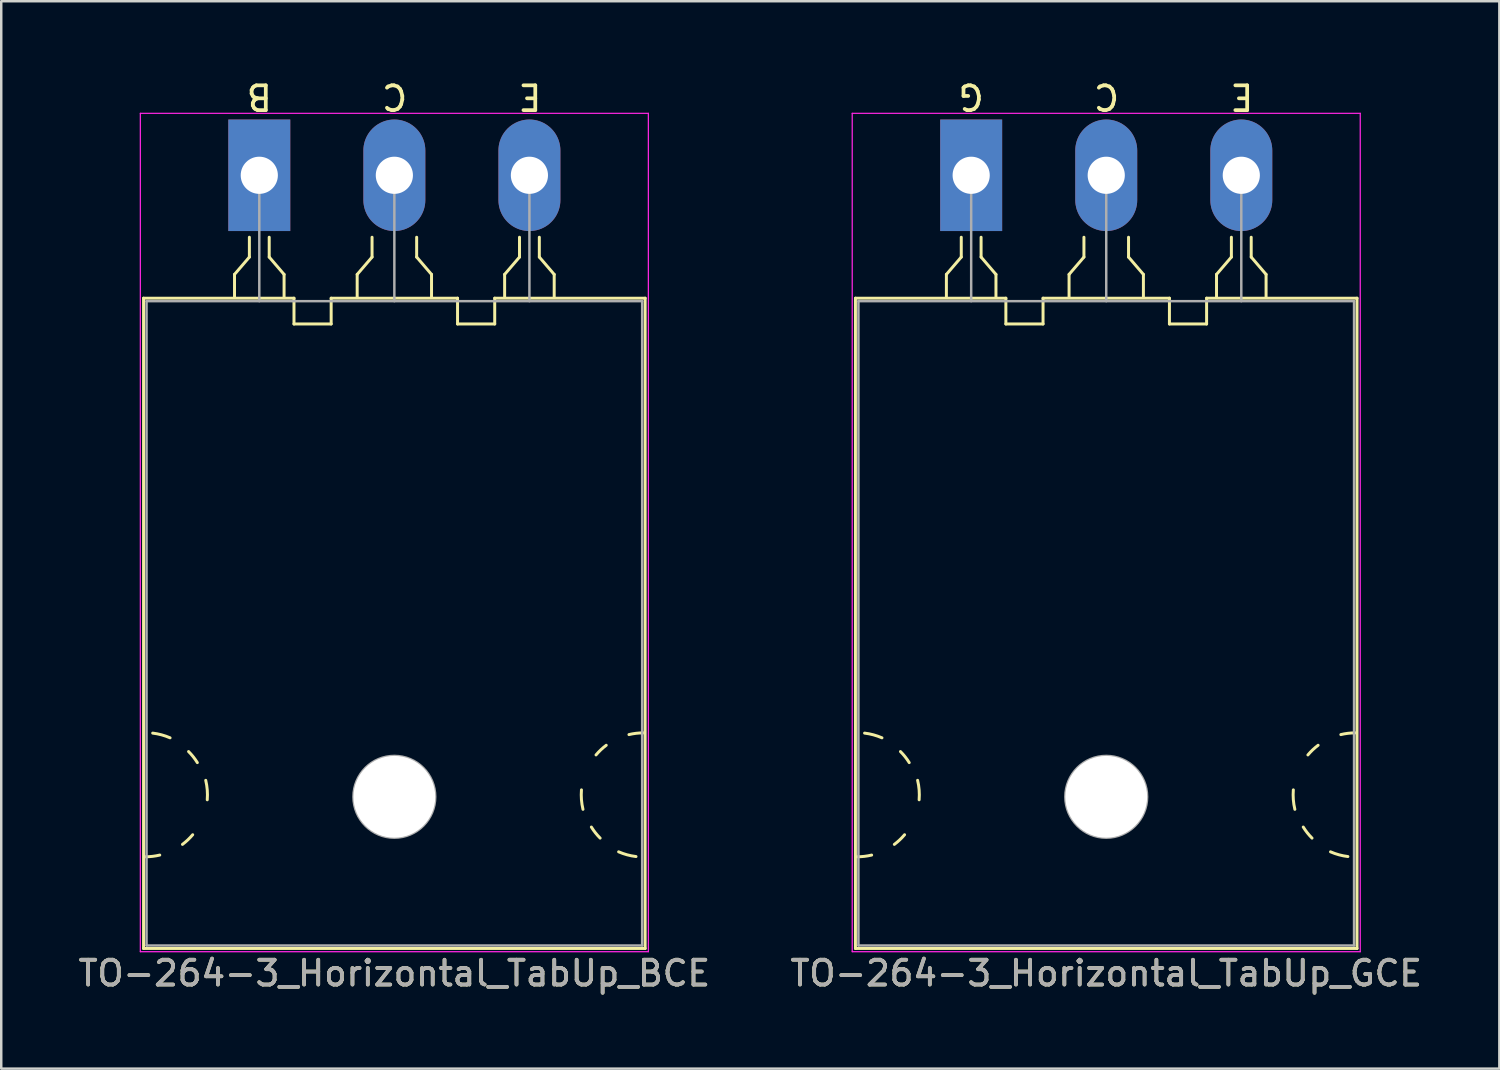
<source format=kicad_pcb>
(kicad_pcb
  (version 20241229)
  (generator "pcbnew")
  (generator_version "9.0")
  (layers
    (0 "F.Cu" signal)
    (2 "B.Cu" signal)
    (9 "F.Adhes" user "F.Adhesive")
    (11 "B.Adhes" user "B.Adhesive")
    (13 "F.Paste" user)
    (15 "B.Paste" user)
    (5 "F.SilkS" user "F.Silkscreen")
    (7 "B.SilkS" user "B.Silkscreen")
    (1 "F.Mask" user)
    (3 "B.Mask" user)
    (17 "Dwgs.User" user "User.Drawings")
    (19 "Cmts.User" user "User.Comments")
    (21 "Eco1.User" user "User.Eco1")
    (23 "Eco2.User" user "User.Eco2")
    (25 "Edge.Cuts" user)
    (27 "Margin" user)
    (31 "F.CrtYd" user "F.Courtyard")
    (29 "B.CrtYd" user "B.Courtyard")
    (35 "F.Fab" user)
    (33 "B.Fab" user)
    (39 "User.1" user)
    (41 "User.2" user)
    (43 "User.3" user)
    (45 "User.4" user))
  (footprint "TO-264-3_Horizontal_TabUp_GCE"
    (layer "F.Cu")
    (at 36.139 4.023)
    (property "Reference" "TO-264-3_Horizontal_TabUp_GCE" (at 5.45 32.2 0) (layer "F.SilkS") (effects (font (size 1 1) (thickness 0.15))))
    (fp_line (start -4.67 31.2) (end -4.67 4.96) (stroke (width 0.12) (type solid)) (layer "F.SilkS"))
    (fp_line (start -1 4) (end -1 4.9) (stroke (width 0.12) (type solid)) (layer "F.SilkS"))
    (fp_line (start -0.4 2.5) (end -0.4 3.3) (stroke (width 0.12) (type solid)) (layer "F.SilkS"))
    (fp_line (start -0.4 3.3) (end -1 4) (stroke (width 0.12) (type solid)) (layer "F.SilkS"))
    (fp_line (start 0.4 3.3) (end 0.4 2.5) (stroke (width 0.12) (type solid)) (layer "F.SilkS"))
    (fp_line (start 1 4) (end 0.4 3.3) (stroke (width 0.12) (type solid)) (layer "F.SilkS"))
    (fp_line (start 1 4.9) (end 1 4) (stroke (width 0.12) (type solid)) (layer "F.SilkS"))
    (fp_line (start 1.4 4.96) (end -4.67 4.96) (stroke (width 0.12) (type solid)) (layer "F.SilkS"))
    (fp_line (start 1.4 4.96) (end 1.4 6) (stroke (width 0.12) (type solid)) (layer "F.SilkS"))
    (fp_line (start 1.4 6) (end 2.9 6) (stroke (width 0.12) (type solid)) (layer "F.SilkS"))
    (fp_line (start 2.9 6) (end 2.9 4.96) (stroke (width 0.12) (type solid)) (layer "F.SilkS"))
    (fp_line (start 3.95 4) (end 3.95 4.9) (stroke (width 0.12) (type solid)) (layer "F.SilkS"))
    (fp_line (start 4.55 2.5) (end 4.55 3.3) (stroke (width 0.12) (type solid)) (layer "F.SilkS"))
    (fp_line (start 4.55 3.3) (end 3.95 4) (stroke (width 0.12) (type solid)) (layer "F.SilkS"))
    (fp_line (start 6.35 3.3) (end 6.35 2.5) (stroke (width 0.12) (type solid)) (layer "F.SilkS"))
    (fp_line (start 6.95 4) (end 6.35 3.3) (stroke (width 0.12) (type solid)) (layer "F.SilkS"))
    (fp_line (start 6.95 4.9) (end 6.95 4) (stroke (width 0.12) (type solid)) (layer "F.SilkS"))
    (fp_line (start 8 4.96) (end 2.9 4.96) (stroke (width 0.12) (type solid)) (layer "F.SilkS"))
    (fp_line (start 8 6) (end 8 4.96) (stroke (width 0.12) (type solid)) (layer "F.SilkS"))
    (fp_line (start 9.5 4.96) (end 9.5 6) (stroke (width 0.12) (type solid)) (layer "F.SilkS"))
    (fp_line (start 9.5 6) (end 8 6) (stroke (width 0.12) (type solid)) (layer "F.SilkS"))
    (fp_line (start 9.9 4) (end 9.9 4.9) (stroke (width 0.12) (type solid)) (layer "F.SilkS"))
    (fp_line (start 10.5 2.5) (end 10.5 3.3) (stroke (width 0.12) (type solid)) (layer "F.SilkS"))
    (fp_line (start 10.5 3.3) (end 9.9 4) (stroke (width 0.12) (type solid)) (layer "F.SilkS"))
    (fp_line (start 11.3 3.3) (end 11.3 2.5) (stroke (width 0.12) (type solid)) (layer "F.SilkS"))
    (fp_line (start 11.9 4) (end 11.3 3.3) (stroke (width 0.12) (type solid)) (layer "F.SilkS"))
    (fp_line (start 11.9 4.9) (end 11.9 4) (stroke (width 0.12) (type solid)) (layer "F.SilkS"))
    (fp_line (start 15.57 4.96) (end 9.5 4.96) (stroke (width 0.12) (type solid)) (layer "F.SilkS"))
    (fp_line (start 15.57 31.2) (end -4.67 31.2) (stroke (width 0.12) (type solid)) (layer "F.SilkS"))
    (fp_line (start 15.57 31.2) (end 15.57 4.96) (stroke (width 0.12) (type solid)) (layer "F.SilkS"))
    (fp_arc (start -4.301186 22.509879) (mid -3.943673 22.579416) (end -3.600001 22.700001) (stroke (width 0.12) (type solid)) (layer "F.SilkS"))
    (fp_arc (start -4.016568 27.430968) (mid -4.306249 27.482682) (end -4.6 27.5) (stroke (width 0.12) (type solid)) (layer "F.SilkS"))
    (fp_arc (start -2.853576 23.253576) (mid -2.663879 23.466564) (end -2.500001 23.700001) (stroke (width 0.12) (type solid)) (layer "F.SilkS"))
    (fp_arc (start -2.687722 26.610338) (mid -2.882773 26.8169) (end -3.1 26.999999) (stroke (width 0.12) (type solid)) (layer "F.SilkS"))
    (fp_arc (start -2.161266 24.414703) (mid -2.099611 24.804931) (end -2.100001 25.199999) (stroke (width 0.12) (type solid)) (layer "F.SilkS"))
    (fp_arc (start 13.061266 25.585297) (mid 12.999611 25.195069) (end 13.000001 24.800001) (stroke (width 0.12) (type solid)) (layer "F.SilkS"))
    (fp_arc (start 13.587722 23.389662) (mid 13.782773 23.1831) (end 14 23.000001) (stroke (width 0.12) (type solid)) (layer "F.SilkS"))
    (fp_arc (start 13.753576 26.746424) (mid 13.563879 26.533436) (end 13.400001 26.299999) (stroke (width 0.12) (type solid)) (layer "F.SilkS"))
    (fp_arc (start 14.916568 22.569032) (mid 15.206249 22.517318) (end 15.5 22.5) (stroke (width 0.12) (type solid)) (layer "F.SilkS"))
    (fp_arc (start 15.201186 27.490121) (mid 14.843673 27.420584) (end 14.500001 27.299999) (stroke (width 0.12) (type solid)) (layer "F.SilkS"))
    (fp_line (start -4.8 -2.5) (end -4.8 31.33) (stroke (width 0.05) (type solid)) (layer "F.CrtYd"))
    (fp_line (start -4.8 31.33) (end 15.7 31.33) (stroke (width 0.05) (type solid)) (layer "F.CrtYd"))
    (fp_line (start 15.7 -2.5) (end -4.8 -2.5) (stroke (width 0.05) (type solid)) (layer "F.CrtYd"))
    (fp_line (start 15.7 31.33) (end 15.7 -2.5) (stroke (width 0.05) (type solid)) (layer "F.CrtYd"))
    (fp_line (start -4.55 5.08) (end -4.55 31.08) (stroke (width 0.1) (type solid)) (layer "F.Fab"))
    (fp_line (start -4.55 31.08) (end 15.45 31.08) (stroke (width 0.1) (type solid)) (layer "F.Fab"))
    (fp_line (start 0 5.08) (end 0 0) (stroke (width 0.1) (type solid)) (layer "F.Fab"))
    (fp_line (start 5.45 5.08) (end 5.45 0) (stroke (width 0.1) (type solid)) (layer "F.Fab"))
    (fp_line (start 10.9 5.08) (end 10.9 0) (stroke (width 0.1) (type solid)) (layer "F.Fab"))
    (fp_line (start 15.45 5.08) (end -4.55 5.08) (stroke (width 0.1) (type solid)) (layer "F.Fab"))
    (fp_line (start 15.45 31.08) (end 15.45 5.08) (stroke (width 0.1) (type solid)) (layer "F.Fab"))
    (fp_circle (center 5.45 25.08) (end 7.1 25.08) (stroke (width 0.1) (type solid)) (fill no) (layer "F.Fab"))
    (fp_text user "C" (at 5.461 -3.175 180) (unlocked yes) (layer "F.SilkS") (effects (font (size 1 1) (thickness 0.15))))
    (fp_text user "G" (at 0 -3.175 180) (unlocked yes) (layer "F.SilkS") (effects (font (size 1 1) (thickness 0.15))))
    (fp_text user "E" (at 10.922 -3.175 180) (unlocked yes) (layer "F.SilkS") (effects (font (size 1 1) (thickness 0.15))))
    (fp_text user "${REFERENCE}" (at 5.45 32.2 0) (layer "F.Fab") (effects (font (size 1 1) (thickness 0.15))))
    (pad "" np_thru_hole oval (at 5.45 25.08) (size 3.3 3.3) (drill 3.3) (layers "*.Cu" "*.Mask"))
    (pad "1" thru_hole rect (at 0 0) (size 2.5 4.5) (drill 1.5) (layers "*.Cu" "*.Mask"))
    (pad "2" thru_hole oval (at 5.45 0) (size 2.5 4.5) (drill 1.5) (layers "*.Cu" "*.Mask"))
    (pad "3" thru_hole oval (at 10.9 0) (size 2.5 4.5) (drill 1.5) (layers "*.Cu" "*.Mask")))
  (footprint "TO-264-3_Horizontal_TabUp_BCE"
    (layer "F.Cu")
    (at 7.413 4.023)
    (property "Reference" "TO-264-3_Horizontal_TabUp_BCE" (at 5.45 32.2 0) (layer "F.SilkS") (effects (font (size 1 1) (thickness 0.15))))
    (fp_line (start -4.67 31.2) (end -4.67 4.96) (stroke (width 0.12) (type solid)) (layer "F.SilkS"))
    (fp_line (start -1 4) (end -1 4.9) (stroke (width 0.12) (type solid)) (layer "F.SilkS"))
    (fp_line (start -0.4 2.5) (end -0.4 3.3) (stroke (width 0.12) (type solid)) (layer "F.SilkS"))
    (fp_line (start -0.4 3.3) (end -1 4) (stroke (width 0.12) (type solid)) (layer "F.SilkS"))
    (fp_line (start 0.4 3.3) (end 0.4 2.5) (stroke (width 0.12) (type solid)) (layer "F.SilkS"))
    (fp_line (start 1 4) (end 0.4 3.3) (stroke (width 0.12) (type solid)) (layer "F.SilkS"))
    (fp_line (start 1 4.9) (end 1 4) (stroke (width 0.12) (type solid)) (layer "F.SilkS"))
    (fp_line (start 1.4 4.96) (end -4.67 4.96) (stroke (width 0.12) (type solid)) (layer "F.SilkS"))
    (fp_line (start 1.4 4.96) (end 1.4 6) (stroke (width 0.12) (type solid)) (layer "F.SilkS"))
    (fp_line (start 1.4 6) (end 2.9 6) (stroke (width 0.12) (type solid)) (layer "F.SilkS"))
    (fp_line (start 2.9 6) (end 2.9 4.96) (stroke (width 0.12) (type solid)) (layer "F.SilkS"))
    (fp_line (start 3.95 4) (end 3.95 4.9) (stroke (width 0.12) (type solid)) (layer "F.SilkS"))
    (fp_line (start 4.55 2.5) (end 4.55 3.3) (stroke (width 0.12) (type solid)) (layer "F.SilkS"))
    (fp_line (start 4.55 3.3) (end 3.95 4) (stroke (width 0.12) (type solid)) (layer "F.SilkS"))
    (fp_line (start 6.35 3.3) (end 6.35 2.5) (stroke (width 0.12) (type solid)) (layer "F.SilkS"))
    (fp_line (start 6.95 4) (end 6.35 3.3) (stroke (width 0.12) (type solid)) (layer "F.SilkS"))
    (fp_line (start 6.95 4.9) (end 6.95 4) (stroke (width 0.12) (type solid)) (layer "F.SilkS"))
    (fp_line (start 8 4.96) (end 2.9 4.96) (stroke (width 0.12) (type solid)) (layer "F.SilkS"))
    (fp_line (start 8 6) (end 8 4.96) (stroke (width 0.12) (type solid)) (layer "F.SilkS"))
    (fp_line (start 9.5 4.96) (end 9.5 6) (stroke (width 0.12) (type solid)) (layer "F.SilkS"))
    (fp_line (start 9.5 6) (end 8 6) (stroke (width 0.12) (type solid)) (layer "F.SilkS"))
    (fp_line (start 9.9 4) (end 9.9 4.9) (stroke (width 0.12) (type solid)) (layer "F.SilkS"))
    (fp_line (start 10.5 2.5) (end 10.5 3.3) (stroke (width 0.12) (type solid)) (layer "F.SilkS"))
    (fp_line (start 10.5 3.3) (end 9.9 4) (stroke (width 0.12) (type solid)) (layer "F.SilkS"))
    (fp_line (start 11.3 3.3) (end 11.3 2.5) (stroke (width 0.12) (type solid)) (layer "F.SilkS"))
    (fp_line (start 11.9 4) (end 11.3 3.3) (stroke (width 0.12) (type solid)) (layer "F.SilkS"))
    (fp_line (start 11.9 4.9) (end 11.9 4) (stroke (width 0.12) (type solid)) (layer "F.SilkS"))
    (fp_line (start 15.57 4.96) (end 9.5 4.96) (stroke (width 0.12) (type solid)) (layer "F.SilkS"))
    (fp_line (start 15.57 31.2) (end -4.67 31.2) (stroke (width 0.12) (type solid)) (layer "F.SilkS"))
    (fp_line (start 15.57 31.2) (end 15.57 4.96) (stroke (width 0.12) (type solid)) (layer "F.SilkS"))
    (fp_arc (start -4.301186 22.509879) (mid -3.943673 22.579416) (end -3.600001 22.700001) (stroke (width 0.12) (type solid)) (layer "F.SilkS"))
    (fp_arc (start -4.016568 27.430968) (mid -4.306249 27.482682) (end -4.6 27.5) (stroke (width 0.12) (type solid)) (layer "F.SilkS"))
    (fp_arc (start -2.853576 23.253576) (mid -2.663879 23.466564) (end -2.500001 23.700001) (stroke (width 0.12) (type solid)) (layer "F.SilkS"))
    (fp_arc (start -2.687722 26.610338) (mid -2.882773 26.8169) (end -3.1 26.999999) (stroke (width 0.12) (type solid)) (layer "F.SilkS"))
    (fp_arc (start -2.161266 24.414703) (mid -2.099611 24.804931) (end -2.100001 25.199999) (stroke (width 0.12) (type solid)) (layer "F.SilkS"))
    (fp_arc (start 13.061266 25.585297) (mid 12.999611 25.195069) (end 13.000001 24.800001) (stroke (width 0.12) (type solid)) (layer "F.SilkS"))
    (fp_arc (start 13.587722 23.389662) (mid 13.782773 23.1831) (end 14 23.000001) (stroke (width 0.12) (type solid)) (layer "F.SilkS"))
    (fp_arc (start 13.753576 26.746424) (mid 13.563879 26.533436) (end 13.400001 26.299999) (stroke (width 0.12) (type solid)) (layer "F.SilkS"))
    (fp_arc (start 14.916568 22.569032) (mid 15.206249 22.517318) (end 15.5 22.5) (stroke (width 0.12) (type solid)) (layer "F.SilkS"))
    (fp_arc (start 15.201186 27.490121) (mid 14.843673 27.420584) (end 14.500001 27.299999) (stroke (width 0.12) (type solid)) (layer "F.SilkS"))
    (fp_line (start -4.8 -2.5) (end -4.8 31.33) (stroke (width 0.05) (type solid)) (layer "F.CrtYd"))
    (fp_line (start -4.8 31.33) (end 15.7 31.33) (stroke (width 0.05) (type solid)) (layer "F.CrtYd"))
    (fp_line (start 15.7 -2.5) (end -4.8 -2.5) (stroke (width 0.05) (type solid)) (layer "F.CrtYd"))
    (fp_line (start 15.7 31.33) (end 15.7 -2.5) (stroke (width 0.05) (type solid)) (layer "F.CrtYd"))
    (fp_line (start -4.55 5.08) (end -4.55 31.08) (stroke (width 0.1) (type solid)) (layer "F.Fab"))
    (fp_line (start -4.55 31.08) (end 15.45 31.08) (stroke (width 0.1) (type solid)) (layer "F.Fab"))
    (fp_line (start 0 5.08) (end 0 0) (stroke (width 0.1) (type solid)) (layer "F.Fab"))
    (fp_line (start 5.45 5.08) (end 5.45 0) (stroke (width 0.1) (type solid)) (layer "F.Fab"))
    (fp_line (start 10.9 5.08) (end 10.9 0) (stroke (width 0.1) (type solid)) (layer "F.Fab"))
    (fp_line (start 15.45 5.08) (end -4.55 5.08) (stroke (width 0.1) (type solid)) (layer "F.Fab"))
    (fp_line (start 15.45 31.08) (end 15.45 5.08) (stroke (width 0.1) (type solid)) (layer "F.Fab"))
    (fp_circle (center 5.45 25.08) (end 7.1 25.08) (stroke (width 0.1) (type solid)) (fill no) (layer "F.Fab"))
    (fp_text user "B" (at 0 -3.175 180) (unlocked yes) (layer "F.SilkS") (effects (font (size 1 1) (thickness 0.15))))
    (fp_text user "C" (at 5.461 -3.175 180) (unlocked yes) (layer "F.SilkS") (effects (font (size 1 1) (thickness 0.15))))
    (fp_text user "E" (at 10.922 -3.175 180) (unlocked yes) (layer "F.SilkS") (effects (font (size 1 1) (thickness 0.15))))
    (fp_text user "${REFERENCE}" (at 5.45 32.2 0) (layer "F.Fab") (effects (font (size 1 1) (thickness 0.15))))
    (pad "" np_thru_hole oval (at 5.45 25.08) (size 3.3 3.3) (drill 3.3) (layers "*.Cu" "*.Mask"))
    (pad "1" thru_hole rect (at 0 0) (size 2.5 4.5) (drill 1.5) (layers "*.Cu" "*.Mask"))
    (pad "2" thru_hole oval (at 5.45 0) (size 2.5 4.5) (drill 1.5) (layers "*.Cu" "*.Mask"))
    (pad "3" thru_hole oval (at 10.9 0) (size 2.5 4.5) (drill 1.5) (layers "*.Cu" "*.Mask")))
  (gr_rect
    (start -3 -3)
    (end 57.452 40.072)
    (stroke (width 0.1) (type default))
    (fill no)
    (layer "Edge.Cuts")))
</source>
